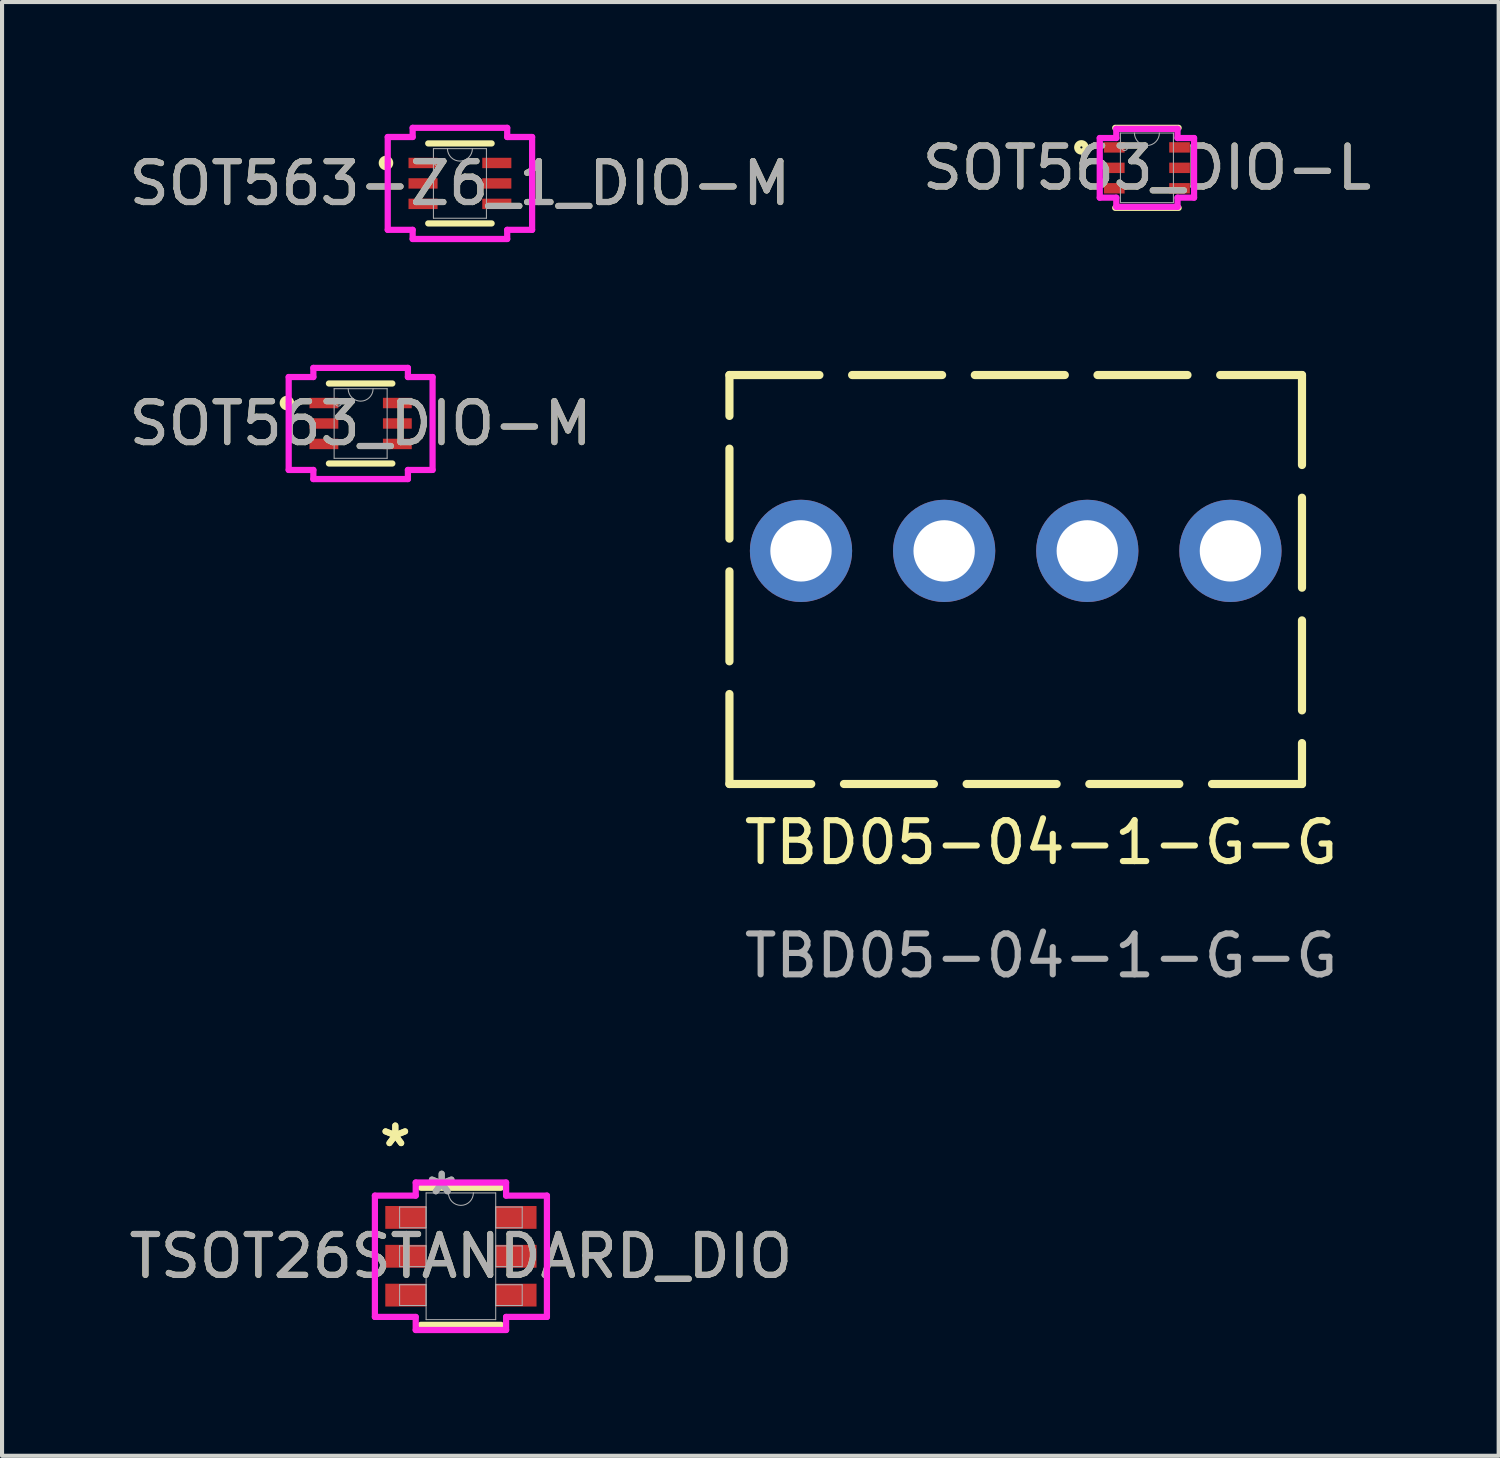
<source format=kicad_pcb>
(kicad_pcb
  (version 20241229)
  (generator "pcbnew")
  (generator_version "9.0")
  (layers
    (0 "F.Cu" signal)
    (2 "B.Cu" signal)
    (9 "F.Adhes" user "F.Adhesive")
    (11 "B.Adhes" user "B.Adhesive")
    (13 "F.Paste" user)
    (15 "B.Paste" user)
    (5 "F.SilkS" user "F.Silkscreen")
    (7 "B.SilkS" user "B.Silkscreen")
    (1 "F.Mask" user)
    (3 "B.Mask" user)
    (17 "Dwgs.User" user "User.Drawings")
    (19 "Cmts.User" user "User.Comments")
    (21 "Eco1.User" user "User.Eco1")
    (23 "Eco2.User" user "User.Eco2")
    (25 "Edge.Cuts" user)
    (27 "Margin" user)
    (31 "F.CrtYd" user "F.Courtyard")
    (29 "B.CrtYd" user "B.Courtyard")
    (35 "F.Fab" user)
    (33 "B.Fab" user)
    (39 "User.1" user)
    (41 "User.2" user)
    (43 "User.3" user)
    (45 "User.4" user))
  (footprint "TBD05-04-1-G-G"
    (layer "F.Cu")
    (at 14.786 6.12)
    (property "Reference" "TBD05-04-1-G-G" (at 7.62 11.43 0) (unlocked yes) (layer "F.SilkS") (effects (font (size 1 1) (thickness 0.15))))
    (fp_rect (start 0 0) (end 14 10) (stroke (width 0.2) (type dash)) (fill no) (layer "F.SilkS"))
    (fp_text user "${REFERENCE}" (at 7.62 14.2 0) (unlocked yes) (layer "F.Fab") (effects (font (size 1 1) (thickness 0.15))))
    (pad "1" thru_hole circle (at 1.75 4.3) (size 2.5 2.5) (drill 1.5) (layers "*.Cu" "*.Mask"))
    (pad "2" thru_hole circle (at 5.25 4.3) (size 2.5 2.5) (drill 1.5) (layers "*.Cu" "*.Mask"))
    (pad "3" thru_hole circle (at 8.75 4.3) (size 2.5 2.5) (drill 1.5) (layers "*.Cu" "*.Mask"))
    (pad "4" thru_hole circle (at 12.25 4.3) (size 2.5 2.5) (drill 1.5) (layers "*.Cu" "*.Mask")))
  (footprint "TSOT26STANDARD_DIO"
    (layer "F.Cu")
    (at 8.22 27.668)
    (property "Reference" "TSOT26STANDARD_DIO" (at 0 0 0) (unlocked yes) (layer "F.SilkS") (effects (font (size 1 1) (thickness 0.15))))
    (attr smd)
    (fp_line (start -0.978 1.676) (end 0.978 1.676) (stroke (width 0.152) (type solid)) (layer "F.SilkS"))
    (fp_line (start 0.978 -1.676) (end -0.978 -1.676) (stroke (width 0.152) (type solid)) (layer "F.SilkS"))
    (fp_line (start -2.103 -1.483) (end -1.105 -1.483) (stroke (width 0.152) (type solid)) (layer "F.CrtYd"))
    (fp_line (start -2.103 1.483) (end -2.103 -1.483) (stroke (width 0.152) (type solid)) (layer "F.CrtYd"))
    (fp_line (start -2.103 1.483) (end -1.105 1.483) (stroke (width 0.152) (type solid)) (layer "F.CrtYd"))
    (fp_line (start -1.105 -1.803) (end 1.105 -1.803) (stroke (width 0.152) (type solid)) (layer "F.CrtYd"))
    (fp_line (start -1.105 -1.483) (end -1.105 -1.803) (stroke (width 0.152) (type solid)) (layer "F.CrtYd"))
    (fp_line (start -1.105 1.803) (end -1.105 1.483) (stroke (width 0.152) (type solid)) (layer "F.CrtYd"))
    (fp_line (start 1.105 -1.803) (end 1.105 -1.483) (stroke (width 0.152) (type solid)) (layer "F.CrtYd"))
    (fp_line (start 1.105 1.483) (end 1.105 1.803) (stroke (width 0.152) (type solid)) (layer "F.CrtYd"))
    (fp_line (start 1.105 1.803) (end -1.105 1.803) (stroke (width 0.152) (type solid)) (layer "F.CrtYd"))
    (fp_line (start 2.103 -1.483) (end 1.105 -1.483) (stroke (width 0.152) (type solid)) (layer "F.CrtYd"))
    (fp_line (start 2.103 -1.483) (end 2.103 1.483) (stroke (width 0.152) (type solid)) (layer "F.CrtYd"))
    (fp_line (start 2.103 1.483) (end 1.105 1.483) (stroke (width 0.152) (type solid)) (layer "F.CrtYd"))
    (fp_line (start -1.499 -1.204) (end -1.499 -0.696) (stroke (width 0.025) (type solid)) (layer "F.Fab"))
    (fp_line (start -1.499 -0.696) (end -0.851 -0.696) (stroke (width 0.025) (type solid)) (layer "F.Fab"))
    (fp_line (start -1.499 -0.254) (end -1.499 0.254) (stroke (width 0.025) (type solid)) (layer "F.Fab"))
    (fp_line (start -1.499 0.254) (end -0.851 0.254) (stroke (width 0.025) (type solid)) (layer "F.Fab"))
    (fp_line (start -1.499 0.696) (end -1.499 1.204) (stroke (width 0.025) (type solid)) (layer "F.Fab"))
    (fp_line (start -1.499 1.204) (end -0.851 1.204) (stroke (width 0.025) (type solid)) (layer "F.Fab"))
    (fp_line (start -0.851 -1.549) (end -0.851 1.549) (stroke (width 0.025) (type solid)) (layer "F.Fab"))
    (fp_line (start -0.851 -1.204) (end -1.499 -1.204) (stroke (width 0.025) (type solid)) (layer "F.Fab"))
    (fp_line (start -0.851 -0.696) (end -0.851 -1.204) (stroke (width 0.025) (type solid)) (layer "F.Fab"))
    (fp_line (start -0.851 -0.254) (end -1.499 -0.254) (stroke (width 0.025) (type solid)) (layer "F.Fab"))
    (fp_line (start -0.851 0.254) (end -0.851 -0.254) (stroke (width 0.025) (type solid)) (layer "F.Fab"))
    (fp_line (start -0.851 0.696) (end -1.499 0.696) (stroke (width 0.025) (type solid)) (layer "F.Fab"))
    (fp_line (start -0.851 1.204) (end -0.851 0.696) (stroke (width 0.025) (type solid)) (layer "F.Fab"))
    (fp_line (start -0.851 1.549) (end 0.851 1.549) (stroke (width 0.025) (type solid)) (layer "F.Fab"))
    (fp_line (start 0.851 -1.549) (end -0.851 -1.549) (stroke (width 0.025) (type solid)) (layer "F.Fab"))
    (fp_line (start 0.851 -1.204) (end 0.851 -0.696) (stroke (width 0.025) (type solid)) (layer "F.Fab"))
    (fp_line (start 0.851 -0.696) (end 1.499 -0.696) (stroke (width 0.025) (type solid)) (layer "F.Fab"))
    (fp_line (start 0.851 -0.254) (end 0.851 0.254) (stroke (width 0.025) (type solid)) (layer "F.Fab"))
    (fp_line (start 0.851 0.254) (end 1.499 0.254) (stroke (width 0.025) (type solid)) (layer "F.Fab"))
    (fp_line (start 0.851 0.696) (end 0.851 1.204) (stroke (width 0.025) (type solid)) (layer "F.Fab"))
    (fp_line (start 0.851 1.204) (end 1.499 1.204) (stroke (width 0.025) (type solid)) (layer "F.Fab"))
    (fp_line (start 0.851 1.549) (end 0.851 -1.549) (stroke (width 0.025) (type solid)) (layer "F.Fab"))
    (fp_line (start 1.499 -1.204) (end 0.851 -1.204) (stroke (width 0.025) (type solid)) (layer "F.Fab"))
    (fp_line (start 1.499 -0.696) (end 1.499 -1.204) (stroke (width 0.025) (type solid)) (layer "F.Fab"))
    (fp_line (start 1.499 -0.254) (end 0.851 -0.254) (stroke (width 0.025) (type solid)) (layer "F.Fab"))
    (fp_line (start 1.499 0.254) (end 1.499 -0.254) (stroke (width 0.025) (type solid)) (layer "F.Fab"))
    (fp_line (start 1.499 0.696) (end 0.851 0.696) (stroke (width 0.025) (type solid)) (layer "F.Fab"))
    (fp_line (start 1.499 1.204) (end 1.499 0.696) (stroke (width 0.025) (type solid)) (layer "F.Fab"))
    (fp_arc (start 0.3048 -1.5494) (mid 0 -1.2446) (end -0.3048 -1.5494) (stroke (width 0.0254) (type solid)) (layer "F.Fab"))
    (fp_text user "*" (at -1.604 -2.651 0) (unlocked yes) (layer "F.SilkS") (effects (font (size 1 1) (thickness 0.15))))
    (fp_text user "*" (at -1.604 -2.651 0) (layer "F.SilkS") (effects (font (size 1 1) (thickness 0.15))))
    (fp_text user "*" (at -0.47 -1.473 0) (unlocked yes) (layer "F.Fab") (effects (font (size 1 1) (thickness 0.15))))
    (fp_text user "${REFERENCE}" (at 0 0 0) (unlocked yes) (layer "F.Fab") (effects (font (size 1 1) (thickness 0.15))))
    (fp_text user "*" (at -0.47 -1.473 0) (layer "F.Fab") (effects (font (size 1 1) (thickness 0.15))))
    (pad "1" smd rect (at -1.35 -0.95) (size 0.998 0.558) (layers "F.Cu" "F.Mask" "F.Paste"))
    (pad "2" smd rect (at -1.35 0) (size 0.998 0.558) (layers "F.Cu" "F.Mask" "F.Paste"))
    (pad "3" smd rect (at -1.35 0.95) (size 0.998 0.558) (layers "F.Cu" "F.Mask" "F.Paste"))
    (pad "4" smd rect (at 1.35 0.95) (size 0.998 0.558) (layers "F.Cu" "F.Mask" "F.Paste"))
    (pad "5" smd rect (at 1.35 0) (size 0.998 0.558) (layers "F.Cu" "F.Mask" "F.Paste"))
    (pad "6" smd rect (at 1.35 -0.95) (size 0.998 0.558) (layers "F.Cu" "F.Mask" "F.Paste")))
  (footprint "SOT563-Z6_1_DIO-M"
    (layer "F.Cu")
    (at 8.196 1.435)
    (property "Reference" "SOT563-Z6_1_DIO-M" (at 0 0 0) (unlocked yes) (layer "F.SilkS") (effects (font (size 1 1) (thickness 0.15))))
    (attr smd)
    (fp_line (start -0.775 0.978) (end 0.775 0.978) (stroke (width 0.152) (type solid)) (layer "F.SilkS"))
    (fp_line (start 0.775 -0.978) (end -0.775 -0.978) (stroke (width 0.152) (type solid)) (layer "F.SilkS"))
    (fp_circle (center -1.808 -0.5) (end -1.706 -0.5) (stroke (width 0.152) (type solid)) (fill no) (layer "F.SilkS"))
    (fp_line (start -1.765 -1.135) (end -1.156 -1.135) (stroke (width 0.152) (type solid)) (layer "F.CrtYd"))
    (fp_line (start -1.765 1.135) (end -1.765 -1.135) (stroke (width 0.152) (type solid)) (layer "F.CrtYd"))
    (fp_line (start -1.765 1.135) (end -1.156 1.135) (stroke (width 0.152) (type solid)) (layer "F.CrtYd"))
    (fp_line (start -1.156 -1.359) (end 1.156 -1.359) (stroke (width 0.152) (type solid)) (layer "F.CrtYd"))
    (fp_line (start -1.156 -1.135) (end -1.156 -1.359) (stroke (width 0.152) (type solid)) (layer "F.CrtYd"))
    (fp_line (start -1.156 1.359) (end -1.156 1.135) (stroke (width 0.152) (type solid)) (layer "F.CrtYd"))
    (fp_line (start 1.156 -1.359) (end 1.156 -1.135) (stroke (width 0.152) (type solid)) (layer "F.CrtYd"))
    (fp_line (start 1.156 1.135) (end 1.156 1.359) (stroke (width 0.152) (type solid)) (layer "F.CrtYd"))
    (fp_line (start 1.156 1.359) (end -1.156 1.359) (stroke (width 0.152) (type solid)) (layer "F.CrtYd"))
    (fp_line (start 1.765 -1.135) (end 1.156 -1.135) (stroke (width 0.152) (type solid)) (layer "F.CrtYd"))
    (fp_line (start 1.765 -1.135) (end 1.765 1.135) (stroke (width 0.152) (type solid)) (layer "F.CrtYd"))
    (fp_line (start 1.765 1.135) (end 1.156 1.135) (stroke (width 0.152) (type solid)) (layer "F.CrtYd"))
    (fp_line (start -0.648 -0.851) (end -0.648 0.851) (stroke (width 0.025) (type solid)) (layer "F.Fab"))
    (fp_line (start -0.648 0.851) (end 0.648 0.851) (stroke (width 0.025) (type solid)) (layer "F.Fab"))
    (fp_line (start 0.648 -0.851) (end -0.648 -0.851) (stroke (width 0.025) (type solid)) (layer "F.Fab"))
    (fp_line (start 0.648 0.851) (end 0.648 -0.851) (stroke (width 0.025) (type solid)) (layer "F.Fab"))
    (fp_arc (start 0.3048 -0.8509) (mid 0 -0.5461) (end -0.3048 -0.8509) (stroke (width 0.0254) (type solid)) (layer "F.Fab"))
    (fp_circle (center -0.546 -0.5) (end -0.47 -0.5) (stroke (width 0.025) (type solid)) (fill no) (layer "F.Fab"))
    (fp_text user "${REFERENCE}" (at 0 0 0) (unlocked yes) (layer "F.Fab") (effects (font (size 1 1) (thickness 0.15))))
    (pad "1" smd rect (at -0.902 -0.5) (size 0.711 0.254) (layers "F.Cu" "F.Mask" "F.Paste"))
    (pad "2" smd rect (at -0.902 0) (size 0.711 0.254) (layers "F.Cu" "F.Mask" "F.Paste"))
    (pad "3" smd rect (at -0.902 0.5) (size 0.711 0.254) (layers "F.Cu" "F.Mask" "F.Paste"))
    (pad "4" smd rect (at 0.902 0.5) (size 0.711 0.254) (layers "F.Cu" "F.Mask" "F.Paste"))
    (pad "5" smd rect (at 0.902 0) (size 0.711 0.254) (layers "F.Cu" "F.Mask" "F.Paste"))
    (pad "6" smd rect (at 0.902 -0.5) (size 0.711 0.254) (layers "F.Cu" "F.Mask" "F.Paste")))
  (footprint "SOT563_DIO-L"
    (layer "F.Cu")
    (at 24.994 1.054)
    (property "Reference" "SOT563_DIO-L" (at 0 0 0) (unlocked yes) (layer "F.SilkS") (effects (font (size 1 1) (thickness 0.15))))
    (attr smd)
    (fp_line (start -0.775 0.978) (end 0.775 0.978) (stroke (width 0.152) (type solid)) (layer "F.SilkS"))
    (fp_line (start 0.775 -0.978) (end -0.775 -0.978) (stroke (width 0.152) (type solid)) (layer "F.SilkS"))
    (fp_circle (center -1.602 -0.5) (end -1.5 -0.5) (stroke (width 0.152) (type solid)) (fill no) (layer "F.SilkS"))
    (fp_line (start -1.153 -0.729) (end -0.749 -0.729) (stroke (width 0.152) (type solid)) (layer "F.CrtYd"))
    (fp_line (start -1.153 0.729) (end -1.153 -0.729) (stroke (width 0.152) (type solid)) (layer "F.CrtYd"))
    (fp_line (start -1.153 0.729) (end -0.749 0.729) (stroke (width 0.152) (type solid)) (layer "F.CrtYd"))
    (fp_line (start -0.749 -0.953) (end 0.749 -0.953) (stroke (width 0.152) (type solid)) (layer "F.CrtYd"))
    (fp_line (start -0.749 -0.729) (end -0.749 -0.953) (stroke (width 0.152) (type solid)) (layer "F.CrtYd"))
    (fp_line (start -0.749 0.953) (end -0.749 0.729) (stroke (width 0.152) (type solid)) (layer "F.CrtYd"))
    (fp_line (start 0.749 -0.953) (end 0.749 -0.729) (stroke (width 0.152) (type solid)) (layer "F.CrtYd"))
    (fp_line (start 0.749 0.729) (end 0.749 0.953) (stroke (width 0.152) (type solid)) (layer "F.CrtYd"))
    (fp_line (start 0.749 0.953) (end -0.749 0.953) (stroke (width 0.152) (type solid)) (layer "F.CrtYd"))
    (fp_line (start 1.153 -0.729) (end 0.749 -0.729) (stroke (width 0.152) (type solid)) (layer "F.CrtYd"))
    (fp_line (start 1.153 -0.729) (end 1.153 0.729) (stroke (width 0.152) (type solid)) (layer "F.CrtYd"))
    (fp_line (start 1.153 0.729) (end 0.749 0.729) (stroke (width 0.152) (type solid)) (layer "F.CrtYd"))
    (fp_line (start -0.648 -0.851) (end -0.648 0.851) (stroke (width 0.025) (type solid)) (layer "F.Fab"))
    (fp_line (start -0.648 0.851) (end 0.648 0.851) (stroke (width 0.025) (type solid)) (layer "F.Fab"))
    (fp_line (start 0.648 -0.851) (end -0.648 -0.851) (stroke (width 0.025) (type solid)) (layer "F.Fab"))
    (fp_line (start 0.648 0.851) (end 0.648 -0.851) (stroke (width 0.025) (type solid)) (layer "F.Fab"))
    (fp_arc (start 0.3048 -0.8509) (mid 0 -0.5461) (end -0.3048 -0.8509) (stroke (width 0.0254) (type solid)) (layer "F.Fab"))
    (fp_circle (center -0.546 -0.5) (end -0.47 -0.5) (stroke (width 0.025) (type solid)) (fill no) (layer "F.Fab"))
    (fp_text user "${REFERENCE}" (at 0 0 0) (unlocked yes) (layer "F.Fab") (effects (font (size 1 1) (thickness 0.15))))
    (pad "1" smd rect (at -0.798 -0.5) (size 0.505 0.255) (layers "F.Cu" "F.Mask" "F.Paste"))
    (pad "2" smd rect (at -0.798 0) (size 0.505 0.255) (layers "F.Cu" "F.Mask" "F.Paste"))
    (pad "3" smd rect (at -0.798 0.5) (size 0.505 0.255) (layers "F.Cu" "F.Mask" "F.Paste"))
    (pad "4" smd rect (at 0.798 0.5) (size 0.505 0.255) (layers "F.Cu" "F.Mask" "F.Paste"))
    (pad "5" smd rect (at 0.798 0) (size 0.505 0.255) (layers "F.Cu" "F.Mask" "F.Paste"))
    (pad "6" smd rect (at 0.798 -0.5) (size 0.505 0.255) (layers "F.Cu" "F.Mask" "F.Paste")))
  (footprint "SOT563_DIO-M"
    (layer "F.Cu")
    (at 5.768 7.305)
    (property "Reference" "SOT563_DIO-M" (at 0 0 0) (unlocked yes) (layer "F.SilkS") (effects (font (size 1 1) (thickness 0.15))))
    (attr smd)
    (fp_line (start -0.775 0.978) (end 0.775 0.978) (stroke (width 0.152) (type solid)) (layer "F.SilkS"))
    (fp_line (start 0.775 -0.978) (end -0.775 -0.978) (stroke (width 0.152) (type solid)) (layer "F.SilkS"))
    (fp_circle (center -1.802 -0.5) (end -1.7 -0.5) (stroke (width 0.152) (type solid)) (fill no) (layer "F.SilkS"))
    (fp_line (start -1.759 -1.136) (end -1.156 -1.136) (stroke (width 0.152) (type solid)) (layer "F.CrtYd"))
    (fp_line (start -1.759 1.136) (end -1.759 -1.136) (stroke (width 0.152) (type solid)) (layer "F.CrtYd"))
    (fp_line (start -1.759 1.136) (end -1.156 1.136) (stroke (width 0.152) (type solid)) (layer "F.CrtYd"))
    (fp_line (start -1.156 -1.359) (end 1.156 -1.359) (stroke (width 0.152) (type solid)) (layer "F.CrtYd"))
    (fp_line (start -1.156 -1.136) (end -1.156 -1.359) (stroke (width 0.152) (type solid)) (layer "F.CrtYd"))
    (fp_line (start -1.156 1.359) (end -1.156 1.136) (stroke (width 0.152) (type solid)) (layer "F.CrtYd"))
    (fp_line (start 1.156 -1.359) (end 1.156 -1.136) (stroke (width 0.152) (type solid)) (layer "F.CrtYd"))
    (fp_line (start 1.156 1.136) (end 1.156 1.359) (stroke (width 0.152) (type solid)) (layer "F.CrtYd"))
    (fp_line (start 1.156 1.359) (end -1.156 1.359) (stroke (width 0.152) (type solid)) (layer "F.CrtYd"))
    (fp_line (start 1.759 -1.136) (end 1.156 -1.136) (stroke (width 0.152) (type solid)) (layer "F.CrtYd"))
    (fp_line (start 1.759 -1.136) (end 1.759 1.136) (stroke (width 0.152) (type solid)) (layer "F.CrtYd"))
    (fp_line (start 1.759 1.136) (end 1.156 1.136) (stroke (width 0.152) (type solid)) (layer "F.CrtYd"))
    (fp_line (start -0.648 -0.851) (end -0.648 0.851) (stroke (width 0.025) (type solid)) (layer "F.Fab"))
    (fp_line (start -0.648 0.851) (end 0.648 0.851) (stroke (width 0.025) (type solid)) (layer "F.Fab"))
    (fp_line (start 0.648 -0.851) (end -0.648 -0.851) (stroke (width 0.025) (type solid)) (layer "F.Fab"))
    (fp_line (start 0.648 0.851) (end 0.648 -0.851) (stroke (width 0.025) (type solid)) (layer "F.Fab"))
    (fp_arc (start 0.3048 -0.8509) (mid 0 -0.5461) (end -0.3048 -0.8509) (stroke (width 0.0254) (type solid)) (layer "F.Fab"))
    (fp_circle (center -0.546 -0.5) (end -0.47 -0.5) (stroke (width 0.025) (type solid)) (fill no) (layer "F.Fab"))
    (fp_text user "${REFERENCE}" (at 0 0 0) (unlocked yes) (layer "F.Fab") (effects (font (size 1 1) (thickness 0.15))))
    (pad "1" smd rect (at -0.898 -0.5) (size 0.705 0.255) (layers "F.Cu" "F.Mask" "F.Paste"))
    (pad "2" smd rect (at -0.898 0) (size 0.705 0.255) (layers "F.Cu" "F.Mask" "F.Paste"))
    (pad "3" smd rect (at -0.898 0.5) (size 0.705 0.255) (layers "F.Cu" "F.Mask" "F.Paste"))
    (pad "4" smd rect (at 0.898 0.5) (size 0.705 0.255) (layers "F.Cu" "F.Mask" "F.Paste"))
    (pad "5" smd rect (at 0.898 0) (size 0.705 0.255) (layers "F.Cu" "F.Mask" "F.Paste"))
    (pad "6" smd rect (at 0.898 -0.5) (size 0.705 0.255) (layers "F.Cu" "F.Mask" "F.Paste")))
  (gr_rect
    (start -3 -3)
    (end 33.595 32.547)
    (stroke (width 0.1) (type default))
    (fill no)
    (layer "Edge.Cuts")))
</source>
